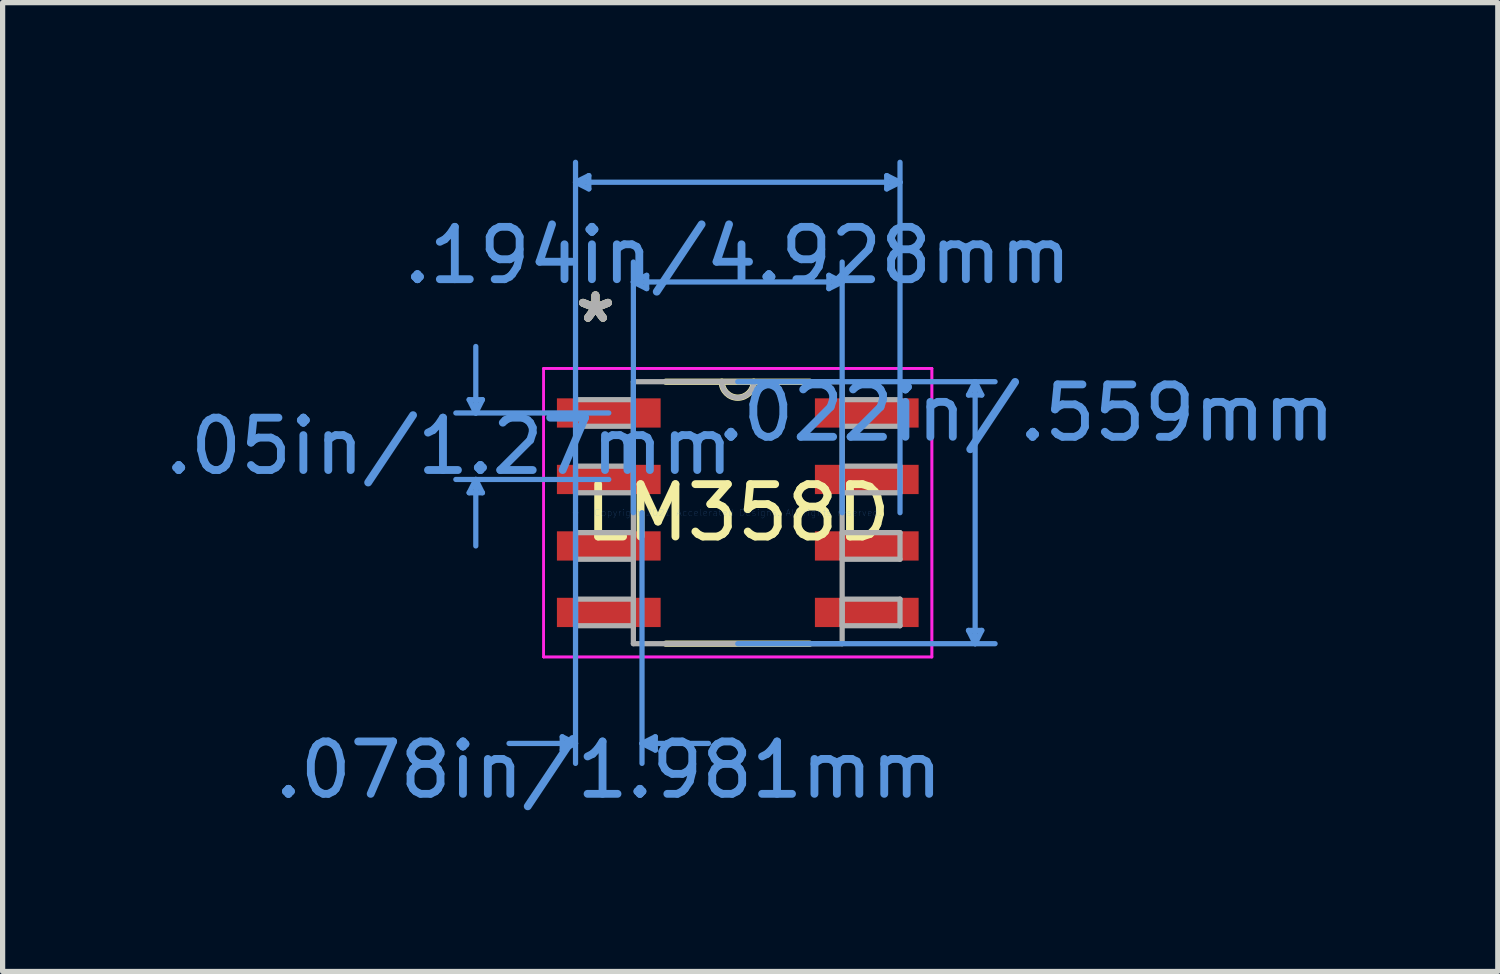
<source format=kicad_pcb>
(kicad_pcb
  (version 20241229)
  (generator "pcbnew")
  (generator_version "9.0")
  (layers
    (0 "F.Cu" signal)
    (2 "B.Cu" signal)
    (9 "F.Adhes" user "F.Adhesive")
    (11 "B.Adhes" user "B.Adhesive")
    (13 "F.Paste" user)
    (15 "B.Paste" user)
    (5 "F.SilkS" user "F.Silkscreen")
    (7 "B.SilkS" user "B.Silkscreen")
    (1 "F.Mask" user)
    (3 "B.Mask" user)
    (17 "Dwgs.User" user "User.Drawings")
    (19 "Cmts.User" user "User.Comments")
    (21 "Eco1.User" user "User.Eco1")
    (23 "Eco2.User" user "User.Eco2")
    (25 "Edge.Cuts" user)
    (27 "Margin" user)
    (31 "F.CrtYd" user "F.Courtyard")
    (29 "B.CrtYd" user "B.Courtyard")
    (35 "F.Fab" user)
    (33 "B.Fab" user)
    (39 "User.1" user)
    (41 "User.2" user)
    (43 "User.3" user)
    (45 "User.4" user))
  (footprint "LM358D"
    (layer "F.Cu")
    (at 11.042 6.743)
    (property "Reference" "LM358D" (at 0 0 0) (layer "F.SilkS") (effects (font (size 1 1) (thickness 0.15))))
    (attr through_hole)
    (fp_line (start -1.374 2.502) (end 1.374 2.502) (stroke (width 0.12) (type solid)) (layer "F.SilkS"))
    (fp_line (start 1.374 -2.502) (end -1.374 -2.502) (stroke (width 0.12) (type solid)) (layer "F.SilkS"))
    (fp_arc (start 0.3048 -2.5019) (mid 0 -2.1971) (end -0.3048 -2.5019) (stroke (width 0.12) (type solid)) (layer "F.SilkS"))
    (fp_line (start -5.131 -2.159) (end -4.877 -2.159) (stroke (width 0.1) (type solid)) (layer "Cmts.User"))
    (fp_line (start -5.131 -0.381) (end -4.877 -0.381) (stroke (width 0.1) (type solid)) (layer "Cmts.User"))
    (fp_line (start -5.004 -1.905) (end -5.131 -2.159) (stroke (width 0.1) (type solid)) (layer "Cmts.User"))
    (fp_line (start -5.004 -1.905) (end -5.004 -3.175) (stroke (width 0.1) (type solid)) (layer "Cmts.User"))
    (fp_line (start -5.004 -1.905) (end -4.877 -2.159) (stroke (width 0.1) (type solid)) (layer "Cmts.User"))
    (fp_line (start -5.004 -0.635) (end -5.131 -0.381) (stroke (width 0.1) (type solid)) (layer "Cmts.User"))
    (fp_line (start -5.004 -0.635) (end -5.004 0.635) (stroke (width 0.1) (type solid)) (layer "Cmts.User"))
    (fp_line (start -5.004 -0.635) (end -4.877 -0.381) (stroke (width 0.1) (type solid)) (layer "Cmts.User"))
    (fp_line (start -3.353 4.28) (end -3.353 4.534) (stroke (width 0.1) (type solid)) (layer "Cmts.User"))
    (fp_line (start -3.099 -6.312) (end -2.845 -6.439) (stroke (width 0.1) (type solid)) (layer "Cmts.User"))
    (fp_line (start -3.099 -6.312) (end -2.845 -6.185) (stroke (width 0.1) (type solid)) (layer "Cmts.User"))
    (fp_line (start -3.099 -6.312) (end 3.099 -6.312) (stroke (width 0.1) (type solid)) (layer "Cmts.User"))
    (fp_line (start -3.099 0) (end -3.099 -6.693) (stroke (width 0.1) (type solid)) (layer "Cmts.User"))
    (fp_line (start -3.099 0) (end -3.099 4.788) (stroke (width 0.1) (type solid)) (layer "Cmts.User"))
    (fp_line (start -3.099 4.407) (end -4.369 4.407) (stroke (width 0.1) (type solid)) (layer "Cmts.User"))
    (fp_line (start -3.099 4.407) (end -3.353 4.28) (stroke (width 0.1) (type solid)) (layer "Cmts.User"))
    (fp_line (start -3.099 4.407) (end -3.353 4.534) (stroke (width 0.1) (type solid)) (layer "Cmts.User"))
    (fp_line (start -2.845 -6.439) (end -2.845 -6.185) (stroke (width 0.1) (type solid)) (layer "Cmts.User"))
    (fp_line (start -2.464 -1.905) (end -5.385 -1.905) (stroke (width 0.1) (type solid)) (layer "Cmts.User"))
    (fp_line (start -2.464 -0.635) (end -5.385 -0.635) (stroke (width 0.1) (type solid)) (layer "Cmts.User"))
    (fp_line (start -1.994 -4.407) (end -1.74 -4.534) (stroke (width 0.1) (type solid)) (layer "Cmts.User"))
    (fp_line (start -1.994 -4.407) (end -1.74 -4.28) (stroke (width 0.1) (type solid)) (layer "Cmts.User"))
    (fp_line (start -1.994 -4.407) (end 1.994 -4.407) (stroke (width 0.1) (type solid)) (layer "Cmts.User"))
    (fp_line (start -1.994 0) (end -1.994 -4.788) (stroke (width 0.1) (type solid)) (layer "Cmts.User"))
    (fp_line (start -1.829 0) (end -1.829 4.788) (stroke (width 0.1) (type solid)) (layer "Cmts.User"))
    (fp_line (start -1.829 4.407) (end -1.575 4.28) (stroke (width 0.1) (type solid)) (layer "Cmts.User"))
    (fp_line (start -1.829 4.407) (end -1.575 4.534) (stroke (width 0.1) (type solid)) (layer "Cmts.User"))
    (fp_line (start -1.829 4.407) (end -0.559 4.407) (stroke (width 0.1) (type solid)) (layer "Cmts.User"))
    (fp_line (start -1.74 -4.534) (end -1.74 -4.28) (stroke (width 0.1) (type solid)) (layer "Cmts.User"))
    (fp_line (start -1.575 4.28) (end -1.575 4.534) (stroke (width 0.1) (type solid)) (layer "Cmts.User"))
    (fp_line (start 0 -2.502) (end 4.915 -2.502) (stroke (width 0.1) (type solid)) (layer "Cmts.User"))
    (fp_line (start 0 2.502) (end 4.915 2.502) (stroke (width 0.1) (type solid)) (layer "Cmts.User"))
    (fp_line (start 1.74 -4.534) (end 1.74 -4.28) (stroke (width 0.1) (type solid)) (layer "Cmts.User"))
    (fp_line (start 1.994 -4.407) (end 1.74 -4.534) (stroke (width 0.1) (type solid)) (layer "Cmts.User"))
    (fp_line (start 1.994 -4.407) (end 1.74 -4.28) (stroke (width 0.1) (type solid)) (layer "Cmts.User"))
    (fp_line (start 1.994 0) (end 1.994 -4.788) (stroke (width 0.1) (type solid)) (layer "Cmts.User"))
    (fp_line (start 2.845 -6.439) (end 2.845 -6.185) (stroke (width 0.1) (type solid)) (layer "Cmts.User"))
    (fp_line (start 3.099 -6.312) (end 2.845 -6.439) (stroke (width 0.1) (type solid)) (layer "Cmts.User"))
    (fp_line (start 3.099 -6.312) (end 2.845 -6.185) (stroke (width 0.1) (type solid)) (layer "Cmts.User"))
    (fp_line (start 3.099 0) (end 3.099 -6.693) (stroke (width 0.1) (type solid)) (layer "Cmts.User"))
    (fp_line (start 4.407 -2.248) (end 4.661 -2.248) (stroke (width 0.1) (type solid)) (layer "Cmts.User"))
    (fp_line (start 4.407 2.248) (end 4.661 2.248) (stroke (width 0.1) (type solid)) (layer "Cmts.User"))
    (fp_line (start 4.534 -2.502) (end 4.407 -2.248) (stroke (width 0.1) (type solid)) (layer "Cmts.User"))
    (fp_line (start 4.534 -2.502) (end 4.534 2.502) (stroke (width 0.1) (type solid)) (layer "Cmts.User"))
    (fp_line (start 4.534 -2.502) (end 4.661 -2.248) (stroke (width 0.1) (type solid)) (layer "Cmts.User"))
    (fp_line (start 4.534 2.502) (end 4.407 2.248) (stroke (width 0.1) (type solid)) (layer "Cmts.User"))
    (fp_line (start 4.534 2.502) (end 4.661 2.248) (stroke (width 0.1) (type solid)) (layer "Cmts.User"))
    (fp_line (start -3.708 -2.756) (end 3.708 -2.756) (stroke (width 0.05) (type solid)) (layer "F.CrtYd"))
    (fp_line (start -3.708 -2.756) (end 3.708 -2.756) (stroke (width 0.05) (type solid)) (layer "F.CrtYd"))
    (fp_line (start -3.708 2.756) (end -3.708 -2.756) (stroke (width 0.05) (type solid)) (layer "F.CrtYd"))
    (fp_line (start -3.708 2.756) (end -3.708 -2.756) (stroke (width 0.05) (type solid)) (layer "F.CrtYd"))
    (fp_line (start 3.708 -2.756) (end 3.708 2.756) (stroke (width 0.05) (type solid)) (layer "F.CrtYd"))
    (fp_line (start 3.708 -2.756) (end 3.708 2.756) (stroke (width 0.05) (type solid)) (layer "F.CrtYd"))
    (fp_line (start 3.708 2.756) (end -3.708 2.756) (stroke (width 0.05) (type solid)) (layer "F.CrtYd"))
    (fp_line (start 3.708 2.756) (end -3.708 2.756) (stroke (width 0.05) (type solid)) (layer "F.CrtYd"))
    (fp_line (start -3.099 -2.159) (end -3.099 -1.651) (stroke (width 0.1) (type solid)) (layer "F.Fab"))
    (fp_line (start -3.099 -1.651) (end -1.994 -1.651) (stroke (width 0.1) (type solid)) (layer "F.Fab"))
    (fp_line (start -3.099 -0.889) (end -3.099 -0.381) (stroke (width 0.1) (type solid)) (layer "F.Fab"))
    (fp_line (start -3.099 -0.381) (end -1.994 -0.381) (stroke (width 0.1) (type solid)) (layer "F.Fab"))
    (fp_line (start -3.099 0.381) (end -3.099 0.889) (stroke (width 0.1) (type solid)) (layer "F.Fab"))
    (fp_line (start -3.099 0.889) (end -1.994 0.889) (stroke (width 0.1) (type solid)) (layer "F.Fab"))
    (fp_line (start -3.099 1.651) (end -3.099 2.159) (stroke (width 0.1) (type solid)) (layer "F.Fab"))
    (fp_line (start -3.099 2.159) (end -1.994 2.159) (stroke (width 0.1) (type solid)) (layer "F.Fab"))
    (fp_line (start -1.994 -2.502) (end -1.994 2.502) (stroke (width 0.1) (type solid)) (layer "F.Fab"))
    (fp_line (start -1.994 -2.159) (end -3.099 -2.159) (stroke (width 0.1) (type solid)) (layer "F.Fab"))
    (fp_line (start -1.994 -1.651) (end -1.994 -2.159) (stroke (width 0.1) (type solid)) (layer "F.Fab"))
    (fp_line (start -1.994 -0.889) (end -3.099 -0.889) (stroke (width 0.1) (type solid)) (layer "F.Fab"))
    (fp_line (start -1.994 -0.381) (end -1.994 -0.889) (stroke (width 0.1) (type solid)) (layer "F.Fab"))
    (fp_line (start -1.994 0.381) (end -3.099 0.381) (stroke (width 0.1) (type solid)) (layer "F.Fab"))
    (fp_line (start -1.994 0.889) (end -1.994 0.381) (stroke (width 0.1) (type solid)) (layer "F.Fab"))
    (fp_line (start -1.994 1.651) (end -3.099 1.651) (stroke (width 0.1) (type solid)) (layer "F.Fab"))
    (fp_line (start -1.994 2.159) (end -1.994 1.651) (stroke (width 0.1) (type solid)) (layer "F.Fab"))
    (fp_line (start -1.994 2.502) (end 1.994 2.502) (stroke (width 0.1) (type solid)) (layer "F.Fab"))
    (fp_line (start 1.994 -2.502) (end -1.994 -2.502) (stroke (width 0.1) (type solid)) (layer "F.Fab"))
    (fp_line (start 1.994 -2.159) (end 1.994 -1.651) (stroke (width 0.1) (type solid)) (layer "F.Fab"))
    (fp_line (start 1.994 -1.651) (end 3.099 -1.651) (stroke (width 0.1) (type solid)) (layer "F.Fab"))
    (fp_line (start 1.994 -0.889) (end 1.994 -0.381) (stroke (width 0.1) (type solid)) (layer "F.Fab"))
    (fp_line (start 1.994 -0.381) (end 3.099 -0.381) (stroke (width 0.1) (type solid)) (layer "F.Fab"))
    (fp_line (start 1.994 0.381) (end 1.994 0.889) (stroke (width 0.1) (type solid)) (layer "F.Fab"))
    (fp_line (start 1.994 0.889) (end 3.099 0.889) (stroke (width 0.1) (type solid)) (layer "F.Fab"))
    (fp_line (start 1.994 1.651) (end 1.994 2.159) (stroke (width 0.1) (type solid)) (layer "F.Fab"))
    (fp_line (start 1.994 2.159) (end 3.099 2.159) (stroke (width 0.1) (type solid)) (layer "F.Fab"))
    (fp_line (start 1.994 2.502) (end 1.994 -2.502) (stroke (width 0.1) (type solid)) (layer "F.Fab"))
    (fp_line (start 3.099 -2.159) (end 1.994 -2.159) (stroke (width 0.1) (type solid)) (layer "F.Fab"))
    (fp_line (start 3.099 -1.651) (end 3.099 -2.159) (stroke (width 0.1) (type solid)) (layer "F.Fab"))
    (fp_line (start 3.099 -0.889) (end 1.994 -0.889) (stroke (width 0.1) (type solid)) (layer "F.Fab"))
    (fp_line (start 3.099 -0.381) (end 3.099 -0.889) (stroke (width 0.1) (type solid)) (layer "F.Fab"))
    (fp_line (start 3.099 0.381) (end 1.994 0.381) (stroke (width 0.1) (type solid)) (layer "F.Fab"))
    (fp_line (start 3.099 0.889) (end 3.099 0.381) (stroke (width 0.1) (type solid)) (layer "F.Fab"))
    (fp_line (start 3.099 1.651) (end 1.994 1.651) (stroke (width 0.1) (type solid)) (layer "F.Fab"))
    (fp_line (start 3.099 2.159) (end 3.099 1.651) (stroke (width 0.1) (type solid)) (layer "F.Fab"))
    (fp_arc (start 0.3048 -2.5019) (mid 0 -2.1971) (end -0.3048 -2.5019) (stroke (width 0.1) (type solid)) (layer "F.Fab"))
    (fp_text user "*" (at -2.718 -3.607 0) (layer "F.SilkS") (effects (font (size 1 1) (thickness 0.15))))
    (fp_text user "*" (at -2.718 -3.607 0) (layer "F.SilkS") (effects (font (size 1 1) (thickness 0.15))))
    (fp_text user ".022in/.559mm" (at 5.512 -1.905 0) (layer "Cmts.User") (effects (font (size 1 1) (thickness 0.15))))
    (fp_text user ".194in/4.928mm" (at 0 -4.915 0) (layer "Cmts.User") (effects (font (size 1 1) (thickness 0.15))))
    (fp_text user ".078in/1.981mm" (at -2.464 4.915 0) (layer "Cmts.User") (effects (font (size 1 1) (thickness 0.15))))
    (fp_text user "Copyright 2021 Accelerated Designs. All rights reserved." (at 0 0 0) (layer "Cmts.User") (effects (font (size 0.127 0.127) (thickness 0.002))))
    (fp_text user ".05in/1.27mm" (at -5.512 -1.27 0) (layer "Cmts.User") (effects (font (size 1 1) (thickness 0.15))))
    (fp_text user "*" (at -2.718 -3.607 0) (layer "F.Fab") (effects (font (size 1 1) (thickness 0.15))))
    (fp_text user "*" (at -2.718 -3.607 0) (layer "F.Fab") (effects (font (size 1 1) (thickness 0.15))))
    (pad "1" smd rect (at -2.464 -1.905) (size 1.981 0.559) (layers "F.Cu" "F.Mask" "F.Paste"))
    (pad "2" smd rect (at -2.464 -0.635) (size 1.981 0.559) (layers "F.Cu" "F.Mask" "F.Paste"))
    (pad "3" smd rect (at -2.464 0.635) (size 1.981 0.559) (layers "F.Cu" "F.Mask" "F.Paste"))
    (pad "4" smd rect (at -2.464 1.905) (size 1.981 0.559) (layers "F.Cu" "F.Mask" "F.Paste"))
    (pad "5" smd rect (at 2.464 1.905) (size 1.981 0.559) (layers "F.Cu" "F.Mask" "F.Paste"))
    (pad "6" smd rect (at 2.464 0.635) (size 1.981 0.559) (layers "F.Cu" "F.Mask" "F.Paste"))
    (pad "7" smd rect (at 2.464 -0.635) (size 1.981 0.559) (layers "F.Cu" "F.Mask" "F.Paste"))
    (pad "8" smd rect (at 2.464 -1.905) (size 1.981 0.559) (layers "F.Cu" "F.Mask" "F.Paste")))
  (gr_rect
    (start -3 -3)
    (end 25.559 15.506)
    (stroke (width 0.1) (type default))
    (fill no)
    (layer "Edge.Cuts")))
</source>
